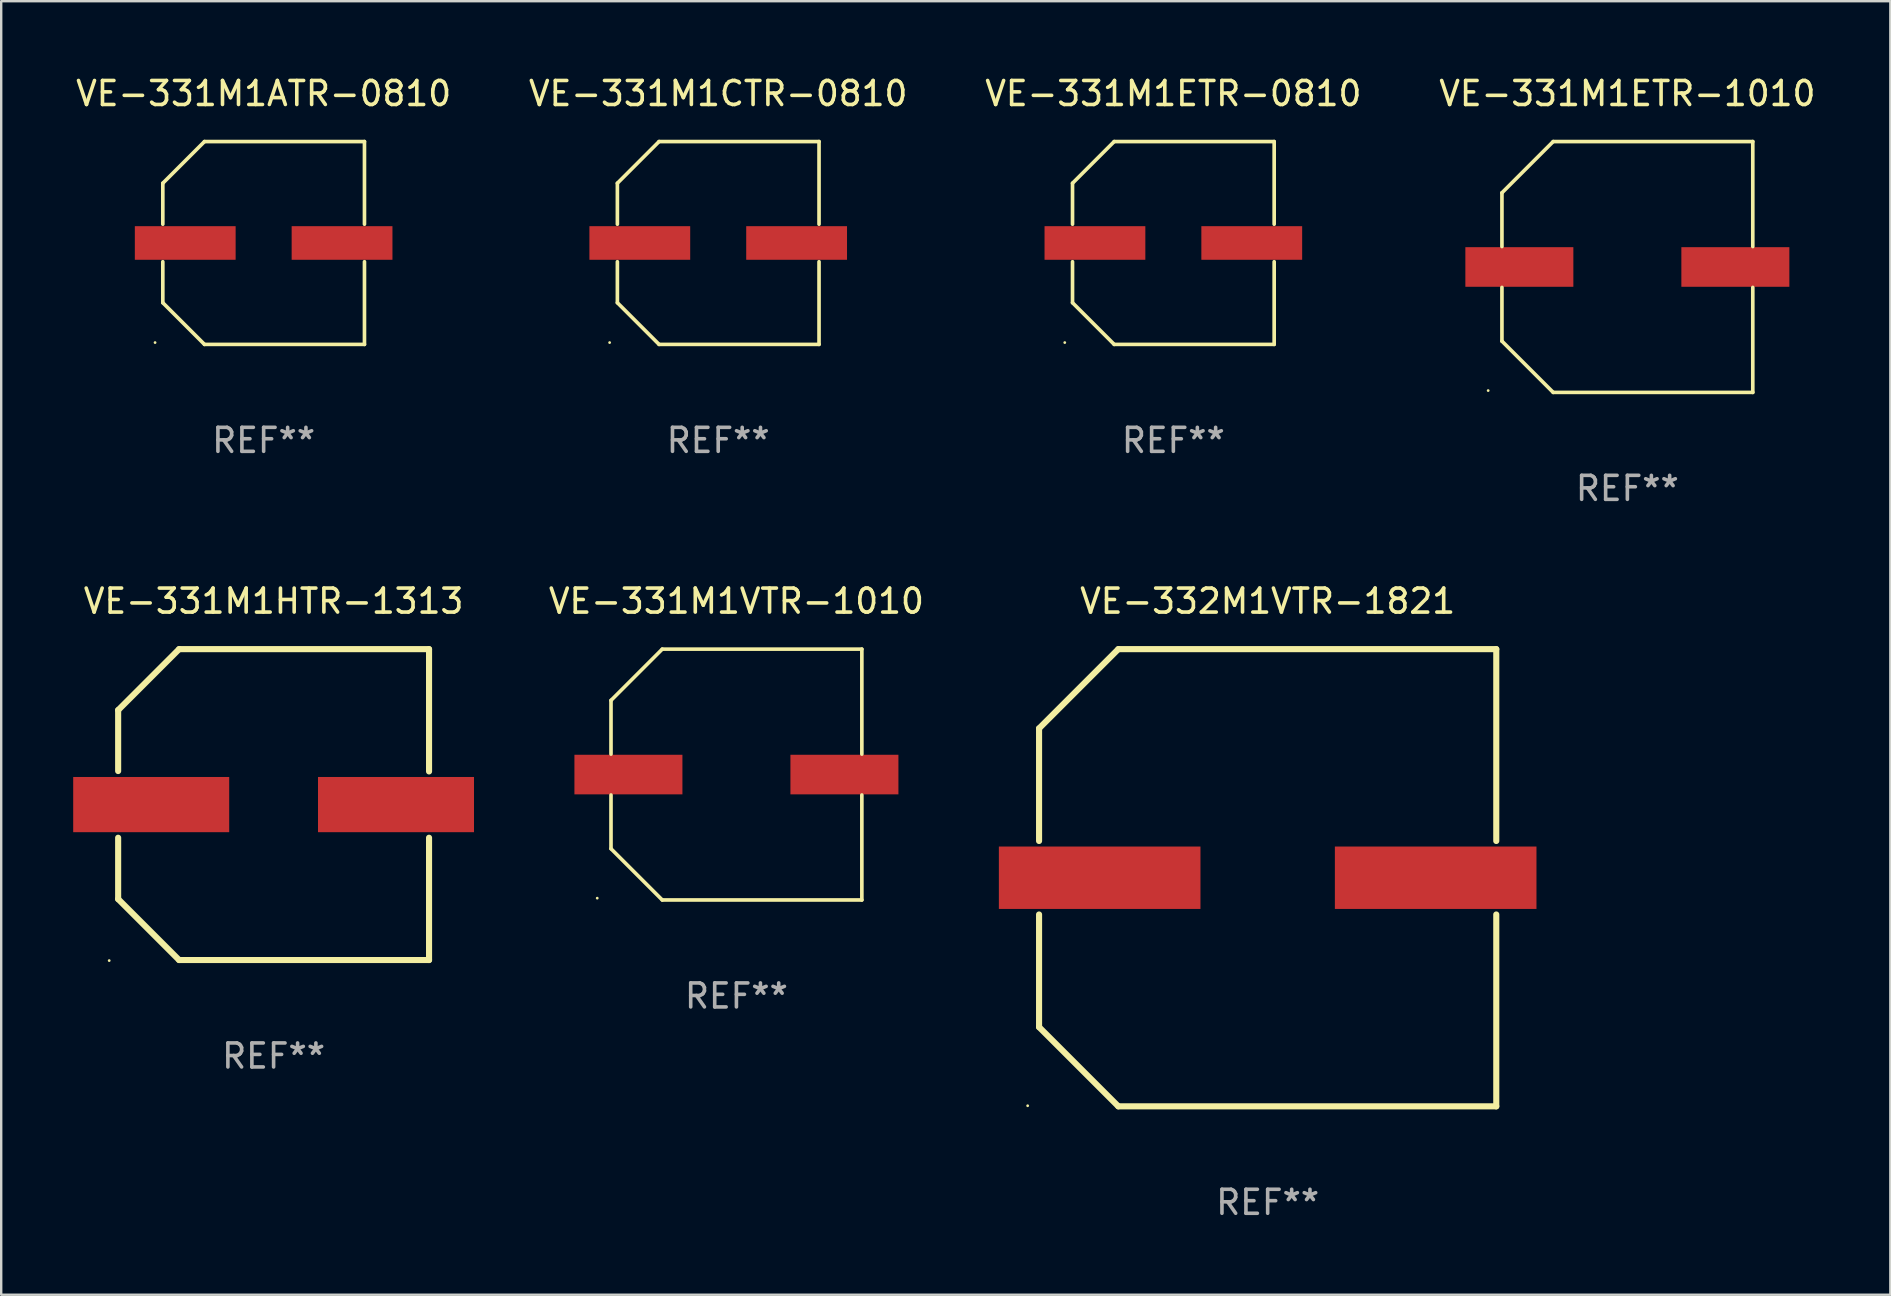
<source format=kicad_pcb>
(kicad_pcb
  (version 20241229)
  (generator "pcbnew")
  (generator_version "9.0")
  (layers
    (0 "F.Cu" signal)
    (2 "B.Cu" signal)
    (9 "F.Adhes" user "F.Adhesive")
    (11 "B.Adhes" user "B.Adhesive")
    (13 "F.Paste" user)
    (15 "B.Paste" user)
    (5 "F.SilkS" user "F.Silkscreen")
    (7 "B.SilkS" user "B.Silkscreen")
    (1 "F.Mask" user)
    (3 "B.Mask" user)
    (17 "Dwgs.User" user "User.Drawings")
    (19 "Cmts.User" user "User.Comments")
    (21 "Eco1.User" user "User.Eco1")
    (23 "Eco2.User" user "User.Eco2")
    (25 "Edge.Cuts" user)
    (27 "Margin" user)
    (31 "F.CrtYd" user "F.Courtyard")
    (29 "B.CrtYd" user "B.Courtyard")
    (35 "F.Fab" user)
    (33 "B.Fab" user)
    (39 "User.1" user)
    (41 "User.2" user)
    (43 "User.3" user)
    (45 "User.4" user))
  (footprint "VE-331M1HTR-1313"
    (layer "F.Cu")
    (at 8.35 30.474)
    (property "Reference" "VE-331M1HTR-1313" (at 0 -8.477 0) (layer "F.SilkS") (effects (font (size 1 1) (thickness 0.15))))
    (attr through_hole)
    (fp_line (start -6.477 -3.937) (end -6.477 -1.397) (stroke (width 0.254) (type solid)) (layer "F.SilkS"))
    (fp_line (start -6.477 1.381) (end -6.477 3.937) (stroke (width 0.254) (type solid)) (layer "F.SilkS"))
    (fp_line (start -6.477 3.937) (end -3.937 6.477) (stroke (width 0.254) (type solid)) (layer "F.SilkS"))
    (fp_line (start -3.937 -6.477) (end -6.477 -3.937) (stroke (width 0.254) (type solid)) (layer "F.SilkS"))
    (fp_line (start -3.937 6.477) (end 6.477 6.477) (stroke (width 0.254) (type solid)) (layer "F.SilkS"))
    (fp_line (start 6.477 -6.477) (end -3.937 -6.477) (stroke (width 0.254) (type solid)) (layer "F.SilkS"))
    (fp_line (start 6.477 -1.381) (end 6.477 -6.477) (stroke (width 0.254) (type solid)) (layer "F.SilkS"))
    (fp_line (start 6.477 6.477) (end 6.477 1.381) (stroke (width 0.254) (type solid)) (layer "F.SilkS"))
    (fp_circle (center -6.85 6.5) (end -6.82 6.5) (stroke (width 0.06) (type solid)) (fill no) (layer "F.SilkS"))
    (fp_text user "REF**" (at 0 10.477 0) (layer "F.Fab") (effects (font (size 1 1) (thickness 0.15))))
    (pad "1" smd rect (at -5.1 0) (size 6.5 2.3) (layers "F.Cu" "F.Mask" "F.Paste"))
    (pad "2" smd rect (at 5.1 0) (size 6.5 2.3) (layers "F.Cu" "F.Mask" "F.Paste")))
  (footprint "VE-331M1ATR-0810"
    (layer "F.Cu")
    (at 7.935 7.074)
    (property "Reference" "VE-331M1ATR-0810" (at 0 -6.226 0) (layer "F.SilkS") (effects (font (size 1 1) (thickness 0.15))))
    (attr through_hole)
    (fp_line (start -4.201 -2.49) (end -4.201 -0.782) (stroke (width 0.152) (type solid)) (layer "F.SilkS"))
    (fp_line (start -4.201 2.49) (end -4.201 0.782) (stroke (width 0.152) (type solid)) (layer "F.SilkS"))
    (fp_line (start -2.465 -4.226) (end -4.201 -2.49) (stroke (width 0.152) (type solid)) (layer "F.SilkS"))
    (fp_line (start -2.465 4.226) (end -4.201 2.49) (stroke (width 0.152) (type solid)) (layer "F.SilkS"))
    (fp_line (start 4.201 -4.226) (end -2.465 -4.226) (stroke (width 0.152) (type solid)) (layer "F.SilkS"))
    (fp_line (start 4.201 -0.782) (end 4.201 -4.226) (stroke (width 0.152) (type solid)) (layer "F.SilkS"))
    (fp_line (start 4.201 0.782) (end 4.201 4.226) (stroke (width 0.152) (type solid)) (layer "F.SilkS"))
    (fp_line (start 4.201 4.226) (end -2.465 4.226) (stroke (width 0.152) (type solid)) (layer "F.SilkS"))
    (fp_circle (center -4.524 4.15) (end -4.494 4.15) (stroke (width 0.06) (type solid)) (fill no) (layer "F.SilkS"))
    (fp_text user "REF**" (at 0 8.226 0) (layer "F.Fab") (effects (font (size 1 1) (thickness 0.15))))
    (pad "1" smd rect (at -3.267 0) (size 4.2 1.4) (layers "F.Cu" "F.Mask" "F.Paste"))
    (pad "2" smd rect (at 3.267 0) (size 4.2 1.4) (layers "F.Cu" "F.Mask" "F.Paste")))
  (footprint "VE-331M1CTR-0810"
    (layer "F.Cu")
    (at 26.875 7.074)
    (property "Reference" "VE-331M1CTR-0810" (at 0 -6.226 0) (layer "F.SilkS") (effects (font (size 1 1) (thickness 0.15))))
    (attr through_hole)
    (fp_line (start -4.201 -2.49) (end -4.201 -0.782) (stroke (width 0.152) (type solid)) (layer "F.SilkS"))
    (fp_line (start -4.201 2.49) (end -4.201 0.782) (stroke (width 0.152) (type solid)) (layer "F.SilkS"))
    (fp_line (start -2.465 -4.226) (end -4.201 -2.49) (stroke (width 0.152) (type solid)) (layer "F.SilkS"))
    (fp_line (start -2.465 4.226) (end -4.201 2.49) (stroke (width 0.152) (type solid)) (layer "F.SilkS"))
    (fp_line (start 4.201 -4.226) (end -2.465 -4.226) (stroke (width 0.152) (type solid)) (layer "F.SilkS"))
    (fp_line (start 4.201 -0.782) (end 4.201 -4.226) (stroke (width 0.152) (type solid)) (layer "F.SilkS"))
    (fp_line (start 4.201 0.782) (end 4.201 4.226) (stroke (width 0.152) (type solid)) (layer "F.SilkS"))
    (fp_line (start 4.201 4.226) (end -2.465 4.226) (stroke (width 0.152) (type solid)) (layer "F.SilkS"))
    (fp_circle (center -4.524 4.15) (end -4.494 4.15) (stroke (width 0.06) (type solid)) (fill no) (layer "F.SilkS"))
    (fp_text user "REF**" (at 0 8.226 0) (layer "F.Fab") (effects (font (size 1 1) (thickness 0.15))))
    (pad "1" smd rect (at -3.267 0) (size 4.2 1.4) (layers "F.Cu" "F.Mask" "F.Paste"))
    (pad "2" smd rect (at 3.267 0) (size 4.2 1.4) (layers "F.Cu" "F.Mask" "F.Paste")))
  (footprint "VE-331M1VTR-1010"
    (layer "F.Cu")
    (at 27.634 29.223)
    (property "Reference" "VE-331M1VTR-1010" (at 0 -7.226 0) (layer "F.SilkS") (effects (font (size 1 1) (thickness 0.15))))
    (attr through_hole)
    (fp_line (start -5.226 -3.09) (end -5.226 -0.852) (stroke (width 0.152) (type solid)) (layer "F.SilkS"))
    (fp_line (start -5.226 3.09) (end -5.226 0.852) (stroke (width 0.152) (type solid)) (layer "F.SilkS"))
    (fp_line (start -3.09 -5.226) (end -5.226 -3.09) (stroke (width 0.152) (type solid)) (layer "F.SilkS"))
    (fp_line (start -3.09 5.226) (end -5.226 3.09) (stroke (width 0.152) (type solid)) (layer "F.SilkS"))
    (fp_line (start 5.226 -5.226) (end -3.09 -5.226) (stroke (width 0.152) (type solid)) (layer "F.SilkS"))
    (fp_line (start 5.226 -0.852) (end 5.226 -5.226) (stroke (width 0.152) (type solid)) (layer "F.SilkS"))
    (fp_line (start 5.226 0.852) (end 5.226 5.226) (stroke (width 0.152) (type solid)) (layer "F.SilkS"))
    (fp_line (start 5.226 5.226) (end -3.09 5.226) (stroke (width 0.152) (type solid)) (layer "F.SilkS"))
    (fp_circle (center -5.8 5.15) (end -5.77 5.15) (stroke (width 0.06) (type solid)) (fill no) (layer "F.SilkS"))
    (fp_text user "REF**" (at 0 9.226 0) (layer "F.Fab") (effects (font (size 1 1) (thickness 0.15))))
    (pad "1" smd rect (at -4.5 0) (size 4.5 1.65) (layers "F.Cu" "F.Mask" "F.Paste"))
    (pad "2" smd rect (at 4.5 0) (size 4.5 1.65) (layers "F.Cu" "F.Mask" "F.Paste")))
  (footprint "VE-332M1VTR-1821"
    (layer "F.Cu")
    (at 49.769 33.522)
    (property "Reference" "VE-332M1VTR-1821" (at 0 -11.525 0) (layer "F.SilkS") (effects (font (size 1 1) (thickness 0.15))))
    (attr through_hole)
    (fp_line (start -9.525 -6.223) (end -9.525 -1.531) (stroke (width 0.254) (type solid)) (layer "F.SilkS"))
    (fp_line (start -9.525 1.531) (end -9.525 6.223) (stroke (width 0.254) (type solid)) (layer "F.SilkS"))
    (fp_line (start -9.525 6.223) (end -6.223 9.525) (stroke (width 0.254) (type solid)) (layer "F.SilkS"))
    (fp_line (start -6.223 -9.525) (end -9.525 -6.223) (stroke (width 0.254) (type solid)) (layer "F.SilkS"))
    (fp_line (start -6.223 9.525) (end 9.525 9.525) (stroke (width 0.254) (type solid)) (layer "F.SilkS"))
    (fp_line (start 9.525 -9.525) (end -6.223 -9.525) (stroke (width 0.254) (type solid)) (layer "F.SilkS"))
    (fp_line (start 9.525 -1.531) (end 9.525 -9.525) (stroke (width 0.254) (type solid)) (layer "F.SilkS"))
    (fp_line (start 9.525 9.525) (end 9.525 1.531) (stroke (width 0.254) (type solid)) (layer "F.SilkS"))
    (fp_circle (center -10 9.5) (end -9.97 9.5) (stroke (width 0.06) (type solid)) (fill no) (layer "F.SilkS"))
    (fp_text user "REF**" (at 0 13.525 0) (layer "F.Fab") (effects (font (size 1 1) (thickness 0.15))))
    (pad "1" smd rect (at -7 0) (size 8.4 2.6) (layers "F.Cu" "F.Mask" "F.Paste"))
    (pad "2" smd rect (at 7 0) (size 8.4 2.6) (layers "F.Cu" "F.Mask" "F.Paste")))
  (footprint "VE-331M1ETR-1010"
    (layer "F.Cu")
    (at 64.756 8.074)
    (property "Reference" "VE-331M1ETR-1010" (at 0 -7.226 0) (layer "F.SilkS") (effects (font (size 1 1) (thickness 0.15))))
    (attr through_hole)
    (fp_line (start -5.226 -3.09) (end -5.226 -0.852) (stroke (width 0.152) (type solid)) (layer "F.SilkS"))
    (fp_line (start -5.226 3.09) (end -5.226 0.852) (stroke (width 0.152) (type solid)) (layer "F.SilkS"))
    (fp_line (start -3.09 -5.226) (end -5.226 -3.09) (stroke (width 0.152) (type solid)) (layer "F.SilkS"))
    (fp_line (start -3.09 5.226) (end -5.226 3.09) (stroke (width 0.152) (type solid)) (layer "F.SilkS"))
    (fp_line (start 5.226 -5.226) (end -3.09 -5.226) (stroke (width 0.152) (type solid)) (layer "F.SilkS"))
    (fp_line (start 5.226 -0.852) (end 5.226 -5.226) (stroke (width 0.152) (type solid)) (layer "F.SilkS"))
    (fp_line (start 5.226 0.852) (end 5.226 5.226) (stroke (width 0.152) (type solid)) (layer "F.SilkS"))
    (fp_line (start 5.226 5.226) (end -3.09 5.226) (stroke (width 0.152) (type solid)) (layer "F.SilkS"))
    (fp_circle (center -5.8 5.15) (end -5.77 5.15) (stroke (width 0.06) (type solid)) (fill no) (layer "F.SilkS"))
    (fp_text user "REF**" (at 0 9.226 0) (layer "F.Fab") (effects (font (size 1 1) (thickness 0.15))))
    (pad "1" smd rect (at -4.5 0) (size 4.5 1.65) (layers "F.Cu" "F.Mask" "F.Paste"))
    (pad "2" smd rect (at 4.5 0) (size 4.5 1.65) (layers "F.Cu" "F.Mask" "F.Paste")))
  (footprint "VE-331M1ETR-0810"
    (layer "F.Cu")
    (at 45.839 7.074)
    (property "Reference" "VE-331M1ETR-0810" (at 0 -6.226 0) (layer "F.SilkS") (effects (font (size 1 1) (thickness 0.15))))
    (attr through_hole)
    (fp_line (start -4.201 -2.49) (end -4.201 -0.782) (stroke (width 0.152) (type solid)) (layer "F.SilkS"))
    (fp_line (start -4.201 2.49) (end -4.201 0.782) (stroke (width 0.152) (type solid)) (layer "F.SilkS"))
    (fp_line (start -2.465 -4.226) (end -4.201 -2.49) (stroke (width 0.152) (type solid)) (layer "F.SilkS"))
    (fp_line (start -2.465 4.226) (end -4.201 2.49) (stroke (width 0.152) (type solid)) (layer "F.SilkS"))
    (fp_line (start 4.201 -4.226) (end -2.465 -4.226) (stroke (width 0.152) (type solid)) (layer "F.SilkS"))
    (fp_line (start 4.201 -0.782) (end 4.201 -4.226) (stroke (width 0.152) (type solid)) (layer "F.SilkS"))
    (fp_line (start 4.201 0.782) (end 4.201 4.226) (stroke (width 0.152) (type solid)) (layer "F.SilkS"))
    (fp_line (start 4.201 4.226) (end -2.465 4.226) (stroke (width 0.152) (type solid)) (layer "F.SilkS"))
    (fp_circle (center -4.524 4.15) (end -4.494 4.15) (stroke (width 0.06) (type solid)) (fill no) (layer "F.SilkS"))
    (fp_text user "REF**" (at 0 8.226 0) (layer "F.Fab") (effects (font (size 1 1) (thickness 0.15))))
    (pad "1" smd rect (at -3.267 0) (size 4.2 1.4) (layers "F.Cu" "F.Mask" "F.Paste"))
    (pad "2" smd rect (at 3.267 0) (size 4.2 1.4) (layers "F.Cu" "F.Mask" "F.Paste")))
  (gr_rect
    (start -3 -3)
    (end 75.714 50.896)
    (stroke (width 0.1) (type default))
    (fill no)
    (layer "Edge.Cuts")))
</source>
